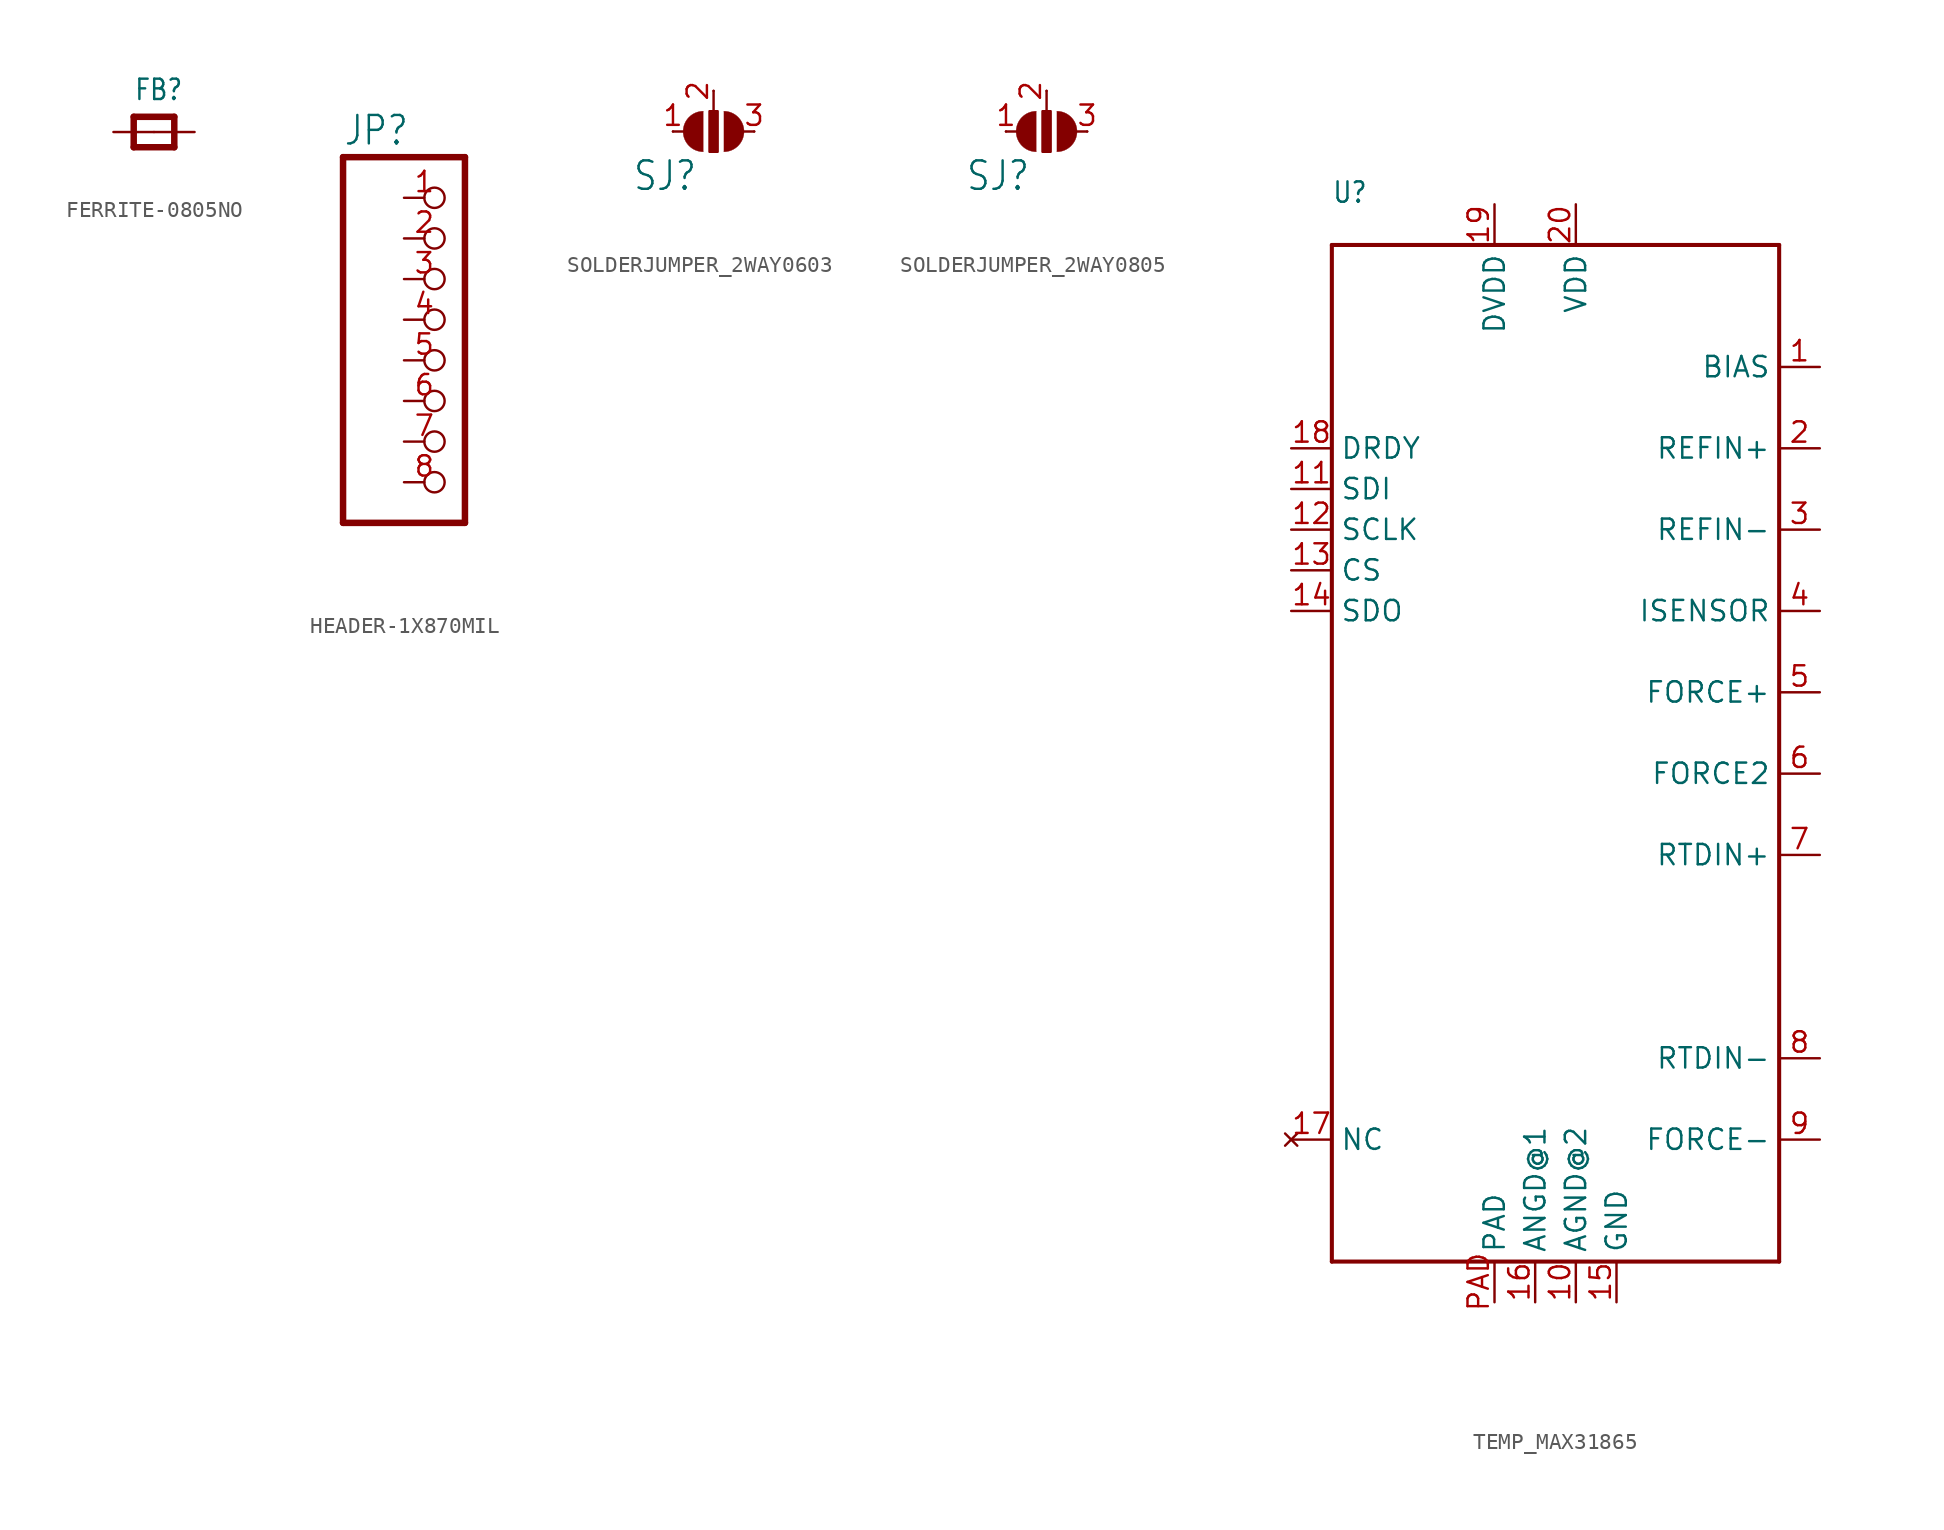
<source format=kicad_sym>
(kicad_symbol_lib
  (version 20231120)
  (generator "kicad_symbol_editor")
  (generator_version "8.0")
  (symbol "FERRITE-0805NO"
    (property "Reference" "FB"
      (at -1.27 1.905 0)
      (effects (font (size 1.27 1.079)) (justify left bottom)))
    (property "Value" ""
      (at -1.27 -3.175 0)
      (effects (font (size 1.27 1.079)) (justify left bottom)))
    (property "ki_locked" ""
      (at 0 0 0)
      (effects (font (size 1.27 1.27))))
    (symbol "FERRITE-0805NO_1_0"
      (polyline (pts (xy -1.27 -0.953) (xy -1.27 0.953)) (stroke (width 0.406) (type solid)) (fill (type none)))
      (polyline (pts (xy -1.27 0.953) (xy 1.27 0.953)) (stroke (width 0.406) (type solid)) (fill (type none)))
      (polyline (pts (xy 1.27 -0.953) (xy -1.27 -0.953)) (stroke (width 0.406) (type solid)) (fill (type none)))
      (polyline (pts (xy 1.27 0.953) (xy 1.27 -0.953)) (stroke (width 0.406) (type solid)) (fill (type none)))
      (pin passive line (at -2.54 0 0) (length 2.54) (name "P$1" (effects (font (size 0 0)))) (number "1" (effects (font (size 0 0)))))
      (pin passive line (at 2.54 0 180) (length 2.54) (name "P$2" (effects (font (size 0 0)))) (number "2" (effects (font (size 0 0)))))))
  (symbol "HEADER-1X870MIL"
    (property "Reference" "JP"
      (at -6.35 13.335 0)
      (effects (font (size 1.778 1.511)) (justify left bottom)))
    (property "Value" ""
      (at -6.35 -12.7 0)
      (effects (font (size 1.778 1.511)) (justify left bottom)))
    (property "ki_locked" ""
      (at 0 0 0)
      (effects (font (size 1.27 1.27))))
    (symbol "HEADER-1X870MIL_1_0"
      (polyline (pts (xy -6.35 -10.16) (xy 1.27 -10.16)) (stroke (width 0.406) (type solid)) (fill (type none)))
      (polyline (pts (xy -6.35 12.7) (xy -6.35 -10.16)) (stroke (width 0.406) (type solid)) (fill (type none)))
      (polyline (pts (xy 1.27 -10.16) (xy 1.27 12.7)) (stroke (width 0.406) (type solid)) (fill (type none)))
      (polyline (pts (xy 1.27 12.7) (xy -6.35 12.7)) (stroke (width 0.406) (type solid)) (fill (type none)))
      (pin passive inverted (at -2.54 10.16 0) (length 2.54) (name "1" (effects (font (size 0 0)))) (number "1" (effects (font (size 1.27 1.27)))))
      (pin passive inverted (at -2.54 7.62 0) (length 2.54) (name "2" (effects (font (size 0 0)))) (number "2" (effects (font (size 1.27 1.27)))))
      (pin passive inverted (at -2.54 5.08 0) (length 2.54) (name "3" (effects (font (size 0 0)))) (number "3" (effects (font (size 1.27 1.27)))))
      (pin passive inverted (at -2.54 2.54 0) (length 2.54) (name "4" (effects (font (size 0 0)))) (number "4" (effects (font (size 1.27 1.27)))))
      (pin passive inverted (at -2.54 0 0) (length 2.54) (name "5" (effects (font (size 0 0)))) (number "5" (effects (font (size 1.27 1.27)))))
      (pin passive inverted (at -2.54 -2.54 0) (length 2.54) (name "6" (effects (font (size 0 0)))) (number "6" (effects (font (size 1.27 1.27)))))
      (pin passive inverted (at -2.54 -5.08 0) (length 2.54) (name "7" (effects (font (size 0 0)))) (number "7" (effects (font (size 1.27 1.27)))))
      (pin passive inverted (at -2.54 -7.62 0) (length 2.54) (name "8" (effects (font (size 0 0)))) (number "8" (effects (font (size 1.27 1.27)))))))
  (symbol "SOLDERJUMPER_2WAY0603"
    (property "Reference" "SJ"
      (at -5.08 -3.81 0)
      (effects (font (size 1.778 1.511)) (justify left bottom)))
    (property "Value" ""
      (at -5.08 -6.35 0)
      (effects (font (size 1.778 1.511)) (justify left bottom)))
    (property "ki_locked" ""
      (at 0 0 0)
      (effects (font (size 1.27 1.27))))
    (symbol "SOLDERJUMPER_2WAY0603_1_0"
      (arc (start -0.635 1.27) (mid -1.905 0) (end -0.635 -1.27) (stroke (width 0.0001) (type solid)) (fill (type outline)))
      (rectangle (start -0.254 -1.27) (end 0.254 1.27) (stroke (width 0) (type default)) (fill (type outline)))
      (polyline (pts (xy -2.54 0) (xy -1.651 0)) (stroke (width 0.152) (type solid)) (fill (type none)))
      (polyline (pts (xy 0 2.54) (xy 0 0.381)) (stroke (width 0.152) (type solid)) (fill (type none)))
      (polyline (pts (xy 2.54 0) (xy 1.651 0)) (stroke (width 0.152) (type solid)) (fill (type none)))
      (arc (start 0.635 -1.27) (mid 1.905 0) (end 0.635 1.27) (stroke (width 0.0001) (type solid)) (fill (type outline)))
      (pin passive line (at -2.54 0 0) (length 0) (name "1" (effects (font (size 0 0)))) (number "1" (effects (font (size 1.27 1.27)))))
      (pin passive line (at 0 2.54 270) (length 0) (name "2" (effects (font (size 0 0)))) (number "2" (effects (font (size 1.27 1.27)))))
      (pin passive line (at 2.54 0 180) (length 0) (name "3" (effects (font (size 0 0)))) (number "3" (effects (font (size 1.27 1.27)))))))
  (symbol "SOLDERJUMPER_2WAY0805"
    (property "Reference" "SJ"
      (at -5.08 -3.81 0)
      (effects (font (size 1.778 1.511)) (justify left bottom)))
    (property "Value" ""
      (at -5.08 -6.35 0)
      (effects (font (size 1.778 1.511)) (justify left bottom)))
    (property "ki_locked" ""
      (at 0 0 0)
      (effects (font (size 1.27 1.27))))
    (symbol "SOLDERJUMPER_2WAY0805_1_0"
      (arc (start -0.635 1.27) (mid -1.905 0) (end -0.635 -1.27) (stroke (width 0.0001) (type solid)) (fill (type outline)))
      (rectangle (start -0.254 -1.27) (end 0.254 1.27) (stroke (width 0) (type default)) (fill (type outline)))
      (polyline (pts (xy -2.54 0) (xy -1.651 0)) (stroke (width 0.152) (type solid)) (fill (type none)))
      (polyline (pts (xy 0 2.54) (xy 0 0.381)) (stroke (width 0.152) (type solid)) (fill (type none)))
      (polyline (pts (xy 2.54 0) (xy 1.651 0)) (stroke (width 0.152) (type solid)) (fill (type none)))
      (arc (start 0.635 -1.27) (mid 1.905 0) (end 0.635 1.27) (stroke (width 0.0001) (type solid)) (fill (type outline)))
      (pin passive line (at -2.54 0 0) (length 0) (name "1" (effects (font (size 0 0)))) (number "1" (effects (font (size 1.27 1.27)))))
      (pin passive line (at 0 2.54 270) (length 0) (name "2" (effects (font (size 0 0)))) (number "2" (effects (font (size 1.27 1.27)))))
      (pin passive line (at 2.54 0 180) (length 0) (name "3" (effects (font (size 0 0)))) (number "3" (effects (font (size 1.27 1.27)))))))
  (symbol "TEMP_MAX31865"
    (property "Reference" "U"
      (at -15.24 33.02 0)
      (effects (font (size 1.27 1.079)) (justify left bottom)))
    (property "Value" ""
      (at -15.24 -35.56 0)
      (effects (font (size 1.27 1.079)) (justify left bottom)))
    (property "ki_locked" ""
      (at 0 0 0)
      (effects (font (size 1.27 1.27))))
    (symbol "TEMP_MAX31865_1_0"
      (polyline (pts (xy -15.24 -33.02) (xy -15.24 30.48)) (stroke (width 0.254) (type solid)) (fill (type none)))
      (polyline (pts (xy -15.24 30.48) (xy 12.7 30.48)) (stroke (width 0.254) (type solid)) (fill (type none)))
      (polyline (pts (xy 12.7 -33.02) (xy -15.24 -33.02)) (stroke (width 0.254) (type solid)) (fill (type none)))
      (polyline (pts (xy 12.7 30.48) (xy 12.7 -33.02)) (stroke (width 0.254) (type solid)) (fill (type none)))
      (pin output line (at 15.24 22.86 180) (length 2.54) (name "BIAS" (effects (font (size 1.27 1.27)))) (number "1" (effects (font (size 1.27 1.27)))))
      (pin power_in line (at 0 -35.56 90) (length 2.54) (name "AGND@2" (effects (font (size 1.27 1.27)))) (number "10" (effects (font (size 1.27 1.27)))))
      (pin input line (at -17.78 15.24 0) (length 2.54) (name "SDI" (effects (font (size 1.27 1.27)))) (number "11" (effects (font (size 1.27 1.27)))))
      (pin input line (at -17.78 12.7 0) (length 2.54) (name "SCLK" (effects (font (size 1.27 1.27)))) (number "12" (effects (font (size 1.27 1.27)))))
      (pin input line (at -17.78 10.16 0) (length 2.54) (name "CS" (effects (font (size 1.27 1.27)))) (number "13" (effects (font (size 1.27 1.27)))))
      (pin output line (at -17.78 7.62 0) (length 2.54) (name "SDO" (effects (font (size 1.27 1.27)))) (number "14" (effects (font (size 1.27 1.27)))))
      (pin power_in line (at 2.54 -35.56 90) (length 2.54) (name "GND" (effects (font (size 1.27 1.27)))) (number "15" (effects (font (size 1.27 1.27)))))
      (pin power_in line (at -2.54 -35.56 90) (length 2.54) (name "ANGD@1" (effects (font (size 1.27 1.27)))) (number "16" (effects (font (size 1.27 1.27)))))
      (pin no_connect line (at -17.78 -25.4 0) (length 2.54) (name "NC" (effects (font (size 1.27 1.27)))) (number "17" (effects (font (size 1.27 1.27)))))
      (pin output line (at -17.78 17.78 0) (length 2.54) (name "DRDY" (effects (font (size 1.27 1.27)))) (number "18" (effects (font (size 1.27 1.27)))))
      (pin power_in line (at -5.08 33.02 270) (length 2.54) (name "DVDD" (effects (font (size 1.27 1.27)))) (number "19" (effects (font (size 1.27 1.27)))))
      (pin bidirectional line (at 15.24 17.78 180) (length 2.54) (name "REFIN+" (effects (font (size 1.27 1.27)))) (number "2" (effects (font (size 1.27 1.27)))))
      (pin power_in line (at 0 33.02 270) (length 2.54) (name "VDD" (effects (font (size 1.27 1.27)))) (number "20" (effects (font (size 1.27 1.27)))))
      (pin bidirectional line (at 15.24 12.7 180) (length 2.54) (name "REFIN-" (effects (font (size 1.27 1.27)))) (number "3" (effects (font (size 1.27 1.27)))))
      (pin input line (at 15.24 7.62 180) (length 2.54) (name "ISENSOR" (effects (font (size 1.27 1.27)))) (number "4" (effects (font (size 1.27 1.27)))))
      (pin output line (at 15.24 2.54 180) (length 2.54) (name "FORCE+" (effects (font (size 1.27 1.27)))) (number "5" (effects (font (size 1.27 1.27)))))
      (pin bidirectional line (at 15.24 -2.54 180) (length 2.54) (name "FORCE2" (effects (font (size 1.27 1.27)))) (number "6" (effects (font (size 1.27 1.27)))))
      (pin bidirectional line (at 15.24 -7.62 180) (length 2.54) (name "RTDIN+" (effects (font (size 1.27 1.27)))) (number "7" (effects (font (size 1.27 1.27)))))
      (pin bidirectional line (at 15.24 -20.32 180) (length 2.54) (name "RTDIN-" (effects (font (size 1.27 1.27)))) (number "8" (effects (font (size 1.27 1.27)))))
      (pin input line (at 15.24 -25.4 180) (length 2.54) (name "FORCE-" (effects (font (size 1.27 1.27)))) (number "9" (effects (font (size 1.27 1.27)))))
      (pin power_in line (at -5.08 -35.56 90) (length 2.54) (name "PAD" (effects (font (size 1.27 1.27)))) (number "PAD" (effects (font (size 1.27 1.27))))))))
</source>
